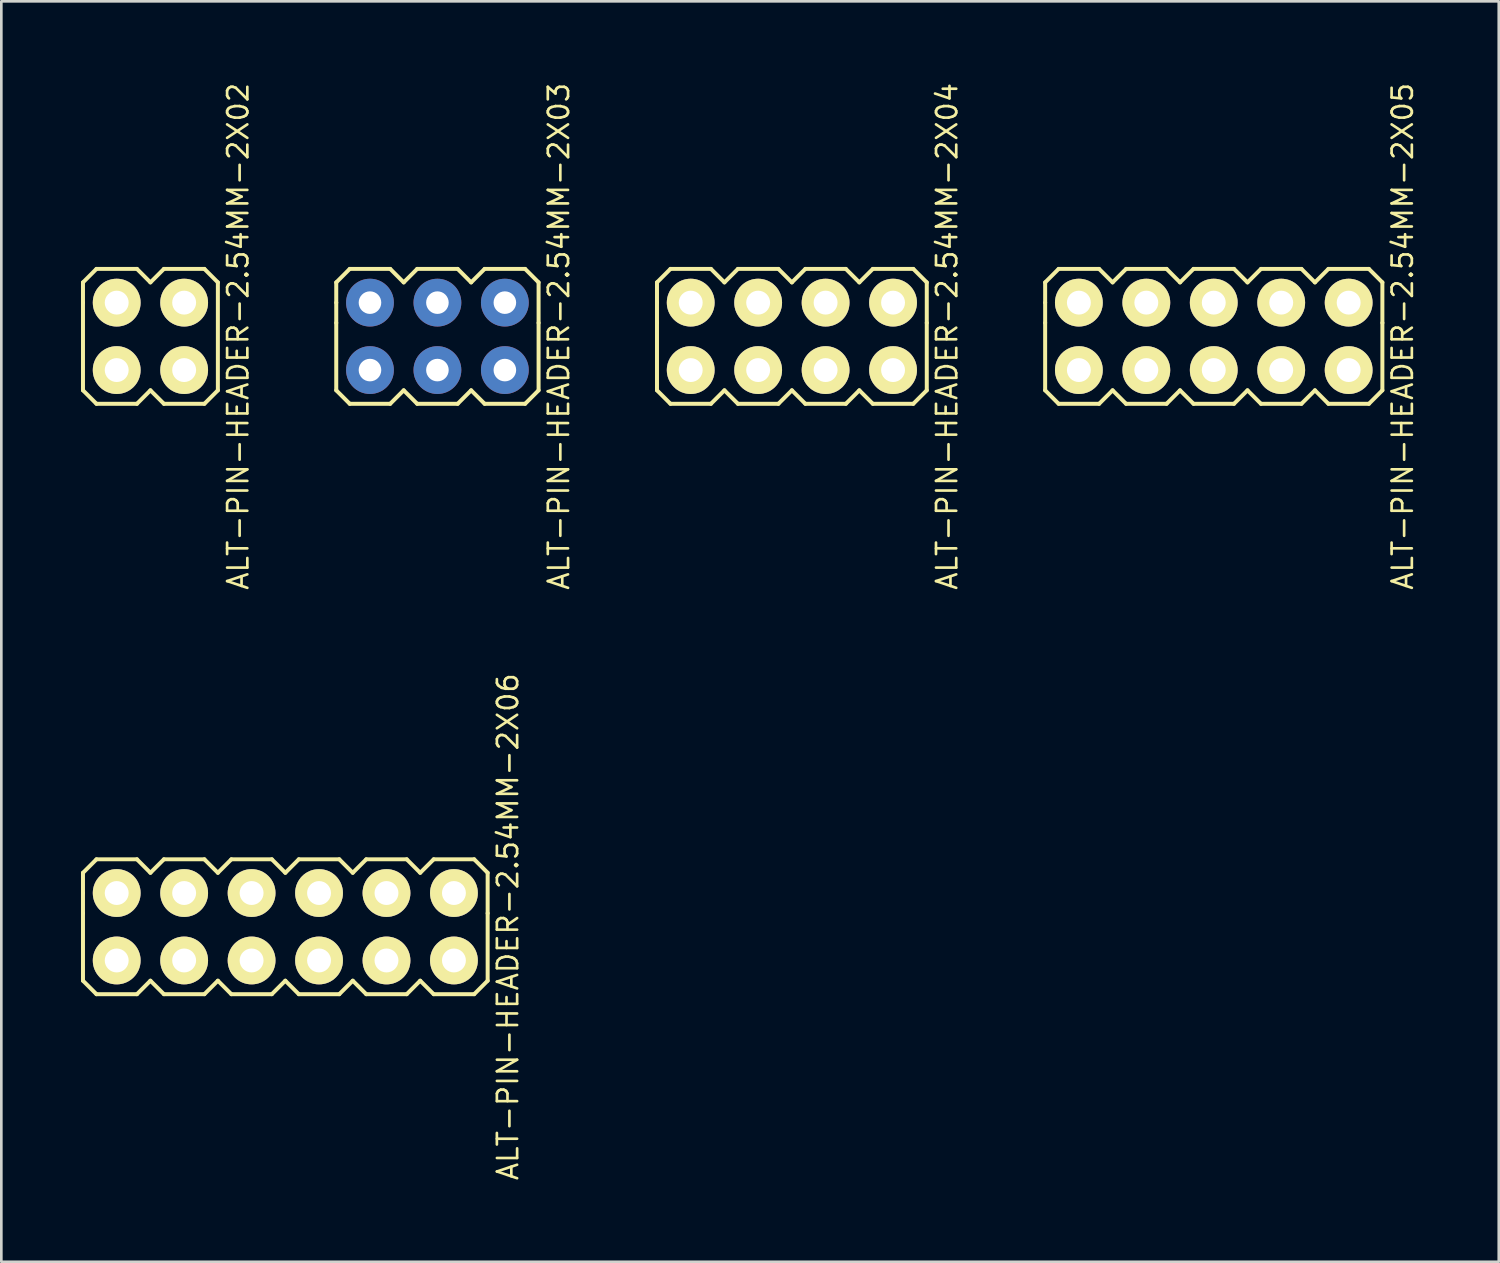
<source format=kicad_pcb>
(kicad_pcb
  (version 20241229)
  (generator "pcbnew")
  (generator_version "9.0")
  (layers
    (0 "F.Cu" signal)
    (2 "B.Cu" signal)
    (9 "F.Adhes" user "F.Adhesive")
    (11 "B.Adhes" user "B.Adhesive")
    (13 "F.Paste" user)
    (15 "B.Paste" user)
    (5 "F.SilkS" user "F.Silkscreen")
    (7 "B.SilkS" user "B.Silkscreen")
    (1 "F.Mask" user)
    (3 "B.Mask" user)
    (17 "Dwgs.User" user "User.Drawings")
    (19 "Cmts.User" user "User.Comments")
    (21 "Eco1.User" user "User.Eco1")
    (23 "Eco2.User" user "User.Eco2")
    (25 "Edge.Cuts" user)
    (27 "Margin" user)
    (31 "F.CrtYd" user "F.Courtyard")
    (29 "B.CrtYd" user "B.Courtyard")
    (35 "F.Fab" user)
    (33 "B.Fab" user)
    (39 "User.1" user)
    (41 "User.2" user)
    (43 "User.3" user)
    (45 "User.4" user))
  (footprint "ALT-PIN-HEADER-2.54MM-2X05"
    (layer "F.Cu")
    (at 42.66 9.617)
    (property "Reference" "ALT-PIN-HEADER-2.54MM-2X05" (at 7.112 0 90) (layer "F.SilkS") (effects (font (size 0.762 0.762) (thickness 0.1))))
    (attr through_hole)
    (fp_line (start -6.35 -2.032) (end -5.842 -2.54) (stroke (width 0.15) (type solid)) (layer "F.SilkS"))
    (fp_line (start -6.35 -1.27) (end -6.35 -2.032) (stroke (width 0.15) (type solid)) (layer "F.SilkS"))
    (fp_line (start -6.35 -0.508) (end -6.35 -1.27) (stroke (width 0.15) (type solid)) (layer "F.SilkS"))
    (fp_line (start -6.35 -0.508) (end -6.35 2.032) (stroke (width 0.15) (type solid)) (layer "F.SilkS"))
    (fp_line (start -6.35 2.032) (end -5.842 2.54) (stroke (width 0.15) (type solid)) (layer "F.SilkS"))
    (fp_line (start -5.842 -2.54) (end -4.318 -2.54) (stroke (width 0.15) (type solid)) (layer "F.SilkS"))
    (fp_line (start -5.842 2.54) (end -4.318 2.54) (stroke (width 0.15) (type solid)) (layer "F.SilkS"))
    (fp_line (start -4.318 -2.54) (end -3.81 -2.032) (stroke (width 0.15) (type solid)) (layer "F.SilkS"))
    (fp_line (start -4.318 2.54) (end -3.81 2.032) (stroke (width 0.15) (type solid)) (layer "F.SilkS"))
    (fp_line (start -3.81 -2.032) (end -3.302 -2.54) (stroke (width 0.15) (type solid)) (layer "F.SilkS"))
    (fp_line (start -3.81 2.032) (end -3.302 2.54) (stroke (width 0.15) (type solid)) (layer "F.SilkS"))
    (fp_line (start -3.302 -2.54) (end -1.778 -2.54) (stroke (width 0.15) (type solid)) (layer "F.SilkS"))
    (fp_line (start -3.302 2.54) (end -1.778 2.54) (stroke (width 0.15) (type solid)) (layer "F.SilkS"))
    (fp_line (start -1.778 -2.54) (end -1.27 -2.032) (stroke (width 0.15) (type solid)) (layer "F.SilkS"))
    (fp_line (start -1.778 2.54) (end -1.27 2.032) (stroke (width 0.15) (type solid)) (layer "F.SilkS"))
    (fp_line (start -1.27 -2.032) (end -0.762 -2.54) (stroke (width 0.15) (type solid)) (layer "F.SilkS"))
    (fp_line (start -1.27 2.032) (end -0.762 2.54) (stroke (width 0.15) (type solid)) (layer "F.SilkS"))
    (fp_line (start -0.762 -2.54) (end 0.762 -2.54) (stroke (width 0.15) (type solid)) (layer "F.SilkS"))
    (fp_line (start -0.762 2.54) (end 0.762 2.54) (stroke (width 0.15) (type solid)) (layer "F.SilkS"))
    (fp_line (start 0.762 -2.54) (end 1.27 -2.032) (stroke (width 0.15) (type solid)) (layer "F.SilkS"))
    (fp_line (start 0.762 2.54) (end 1.27 2.032) (stroke (width 0.15) (type solid)) (layer "F.SilkS"))
    (fp_line (start 1.27 -2.032) (end 1.778 -2.54) (stroke (width 0.15) (type solid)) (layer "F.SilkS"))
    (fp_line (start 1.27 2.032) (end 1.778 2.54) (stroke (width 0.15) (type solid)) (layer "F.SilkS"))
    (fp_line (start 1.778 -2.54) (end 3.302 -2.54) (stroke (width 0.15) (type solid)) (layer "F.SilkS"))
    (fp_line (start 1.778 2.54) (end 3.302 2.54) (stroke (width 0.15) (type solid)) (layer "F.SilkS"))
    (fp_line (start 3.302 -2.54) (end 3.81 -2.032) (stroke (width 0.15) (type solid)) (layer "F.SilkS"))
    (fp_line (start 3.302 2.54) (end 3.81 2.032) (stroke (width 0.15) (type solid)) (layer "F.SilkS"))
    (fp_line (start 3.81 -2.032) (end 4.318 -2.54) (stroke (width 0.15) (type solid)) (layer "F.SilkS"))
    (fp_line (start 3.81 2.032) (end 4.318 2.54) (stroke (width 0.15) (type solid)) (layer "F.SilkS"))
    (fp_line (start 4.318 -2.54) (end 5.842 -2.54) (stroke (width 0.15) (type solid)) (layer "F.SilkS"))
    (fp_line (start 4.318 2.54) (end 5.842 2.54) (stroke (width 0.15) (type solid)) (layer "F.SilkS"))
    (fp_line (start 5.842 -2.54) (end 6.35 -2.032) (stroke (width 0.15) (type solid)) (layer "F.SilkS"))
    (fp_line (start 5.842 2.54) (end 6.35 2.032) (stroke (width 0.15) (type solid)) (layer "F.SilkS"))
    (fp_line (start 6.35 -2.032) (end 6.35 -0.508) (stroke (width 0.15) (type solid)) (layer "F.SilkS"))
    (fp_line (start 6.35 2.032) (end 6.35 -0.508) (stroke (width 0.15) (type solid)) (layer "F.SilkS"))
    (pad "1" thru_hole circle (at -5.08 1.27) (size 1.8 1.8) (drill 0.9) (layers "*.Cu" "*.Mask" "F.SilkS"))
    (pad "2" thru_hole circle (at -5.08 -1.27) (size 1.8 1.8) (drill 0.9) (layers "*.Cu" "*.Mask" "F.SilkS"))
    (pad "3" thru_hole circle (at -2.54 1.27) (size 1.8 1.8) (drill 0.9) (layers "*.Cu" "*.Mask" "F.SilkS"))
    (pad "4" thru_hole circle (at -2.54 -1.27) (size 1.8 1.8) (drill 0.9) (layers "*.Cu" "*.Mask" "F.SilkS"))
    (pad "5" thru_hole circle (at 0 1.27) (size 1.8 1.8) (drill 0.9) (layers "*.Cu" "*.Mask" "F.SilkS"))
    (pad "6" thru_hole circle (at 0 -1.27) (size 1.8 1.8) (drill 0.9) (layers "*.Cu" "*.Mask" "F.SilkS"))
    (pad "7" thru_hole circle (at 2.54 1.27) (size 1.8 1.8) (drill 0.9) (layers "*.Cu" "*.Mask" "F.SilkS"))
    (pad "8" thru_hole circle (at 2.54 -1.27) (size 1.8 1.8) (drill 0.9) (layers "*.Cu" "*.Mask" "F.SilkS"))
    (pad "9" thru_hole circle (at 5.08 1.27) (size 1.8 1.8) (drill 0.9) (layers "*.Cu" "*.Mask" "F.SilkS"))
    (pad "10" thru_hole circle (at 5.08 -1.27) (size 1.8 1.8) (drill 0.9) (layers "*.Cu" "*.Mask" "F.SilkS")))
  (footprint "ALT-PIN-HEADER-2.54MM-2X06"
    (layer "F.Cu")
    (at 7.695 31.851)
    (property "Reference" "ALT-PIN-HEADER-2.54MM-2X06" (at 8.382 0 90) (layer "F.SilkS") (effects (font (size 0.762 0.762) (thickness 0.1))))
    (attr through_hole)
    (fp_line (start -7.62 -2.032) (end -7.112 -2.54) (stroke (width 0.15) (type solid)) (layer "F.SilkS"))
    (fp_line (start -7.62 -1.27) (end -7.62 -2.032) (stroke (width 0.15) (type solid)) (layer "F.SilkS"))
    (fp_line (start -7.62 -0.508) (end -7.62 -1.27) (stroke (width 0.15) (type solid)) (layer "F.SilkS"))
    (fp_line (start -7.62 -0.508) (end -7.62 2.032) (stroke (width 0.15) (type solid)) (layer "F.SilkS"))
    (fp_line (start -7.62 2.032) (end -7.112 2.54) (stroke (width 0.15) (type solid)) (layer "F.SilkS"))
    (fp_line (start -7.112 -2.54) (end -5.588 -2.54) (stroke (width 0.15) (type solid)) (layer "F.SilkS"))
    (fp_line (start -7.112 2.54) (end -5.588 2.54) (stroke (width 0.15) (type solid)) (layer "F.SilkS"))
    (fp_line (start -5.588 -2.54) (end -5.08 -2.032) (stroke (width 0.15) (type solid)) (layer "F.SilkS"))
    (fp_line (start -5.588 2.54) (end -5.08 2.032) (stroke (width 0.15) (type solid)) (layer "F.SilkS"))
    (fp_line (start -5.08 -2.032) (end -4.572 -2.54) (stroke (width 0.15) (type solid)) (layer "F.SilkS"))
    (fp_line (start -5.08 2.032) (end -4.572 2.54) (stroke (width 0.15) (type solid)) (layer "F.SilkS"))
    (fp_line (start -4.572 -2.54) (end -3.048 -2.54) (stroke (width 0.15) (type solid)) (layer "F.SilkS"))
    (fp_line (start -4.572 2.54) (end -3.048 2.54) (stroke (width 0.15) (type solid)) (layer "F.SilkS"))
    (fp_line (start -3.048 -2.54) (end -2.54 -2.032) (stroke (width 0.15) (type solid)) (layer "F.SilkS"))
    (fp_line (start -3.048 2.54) (end -2.54 2.032) (stroke (width 0.15) (type solid)) (layer "F.SilkS"))
    (fp_line (start -2.54 -2.032) (end -2.032 -2.54) (stroke (width 0.15) (type solid)) (layer "F.SilkS"))
    (fp_line (start -2.54 2.032) (end -2.032 2.54) (stroke (width 0.15) (type solid)) (layer "F.SilkS"))
    (fp_line (start -2.032 -2.54) (end -0.508 -2.54) (stroke (width 0.15) (type solid)) (layer "F.SilkS"))
    (fp_line (start -2.032 2.54) (end -0.508 2.54) (stroke (width 0.15) (type solid)) (layer "F.SilkS"))
    (fp_line (start -0.508 -2.54) (end 0 -2.032) (stroke (width 0.15) (type solid)) (layer "F.SilkS"))
    (fp_line (start -0.508 2.54) (end 0 2.032) (stroke (width 0.15) (type solid)) (layer "F.SilkS"))
    (fp_line (start 0 -2.032) (end 0.508 -2.54) (stroke (width 0.15) (type solid)) (layer "F.SilkS"))
    (fp_line (start 0 2.032) (end 0.508 2.54) (stroke (width 0.15) (type solid)) (layer "F.SilkS"))
    (fp_line (start 0.508 -2.54) (end 2.032 -2.54) (stroke (width 0.15) (type solid)) (layer "F.SilkS"))
    (fp_line (start 0.508 2.54) (end 2.032 2.54) (stroke (width 0.15) (type solid)) (layer "F.SilkS"))
    (fp_line (start 2.032 -2.54) (end 2.54 -2.032) (stroke (width 0.15) (type solid)) (layer "F.SilkS"))
    (fp_line (start 2.032 2.54) (end 2.54 2.032) (stroke (width 0.15) (type solid)) (layer "F.SilkS"))
    (fp_line (start 2.54 -2.032) (end 3.048 -2.54) (stroke (width 0.15) (type solid)) (layer "F.SilkS"))
    (fp_line (start 2.54 2.032) (end 3.048 2.54) (stroke (width 0.15) (type solid)) (layer "F.SilkS"))
    (fp_line (start 3.048 -2.54) (end 4.572 -2.54) (stroke (width 0.15) (type solid)) (layer "F.SilkS"))
    (fp_line (start 3.048 2.54) (end 4.572 2.54) (stroke (width 0.15) (type solid)) (layer "F.SilkS"))
    (fp_line (start 4.572 -2.54) (end 5.08 -2.032) (stroke (width 0.15) (type solid)) (layer "F.SilkS"))
    (fp_line (start 4.572 2.54) (end 5.08 2.032) (stroke (width 0.15) (type solid)) (layer "F.SilkS"))
    (fp_line (start 5.08 -2.032) (end 5.588 -2.54) (stroke (width 0.15) (type solid)) (layer "F.SilkS"))
    (fp_line (start 5.08 2.032) (end 5.588 2.54) (stroke (width 0.15) (type solid)) (layer "F.SilkS"))
    (fp_line (start 5.588 -2.54) (end 7.112 -2.54) (stroke (width 0.15) (type solid)) (layer "F.SilkS"))
    (fp_line (start 5.588 2.54) (end 7.112 2.54) (stroke (width 0.15) (type solid)) (layer "F.SilkS"))
    (fp_line (start 7.112 -2.54) (end 7.62 -2.032) (stroke (width 0.15) (type solid)) (layer "F.SilkS"))
    (fp_line (start 7.112 2.54) (end 7.62 2.032) (stroke (width 0.15) (type solid)) (layer "F.SilkS"))
    (fp_line (start 7.62 -2.032) (end 7.62 -0.508) (stroke (width 0.15) (type solid)) (layer "F.SilkS"))
    (fp_line (start 7.62 2.032) (end 7.62 -0.508) (stroke (width 0.15) (type solid)) (layer "F.SilkS"))
    (pad "1" thru_hole circle (at -6.35 1.27) (size 1.8 1.8) (drill 0.9) (layers "*.Cu" "*.Mask" "F.SilkS"))
    (pad "2" thru_hole circle (at -6.35 -1.27) (size 1.8 1.8) (drill 0.9) (layers "*.Cu" "*.Mask" "F.SilkS"))
    (pad "3" thru_hole circle (at -3.81 1.27) (size 1.8 1.8) (drill 0.9) (layers "*.Cu" "*.Mask" "F.SilkS"))
    (pad "4" thru_hole circle (at -3.81 -1.27) (size 1.8 1.8) (drill 0.9) (layers "*.Cu" "*.Mask" "F.SilkS"))
    (pad "5" thru_hole circle (at -1.27 1.27) (size 1.8 1.8) (drill 0.9) (layers "*.Cu" "*.Mask" "F.SilkS"))
    (pad "6" thru_hole circle (at -1.27 -1.27) (size 1.8 1.8) (drill 0.9) (layers "*.Cu" "*.Mask" "F.SilkS"))
    (pad "7" thru_hole circle (at 1.27 1.27) (size 1.8 1.8) (drill 0.9) (layers "*.Cu" "*.Mask" "F.SilkS"))
    (pad "8" thru_hole circle (at 1.27 -1.27) (size 1.8 1.8) (drill 0.9) (layers "*.Cu" "*.Mask" "F.SilkS"))
    (pad "9" thru_hole circle (at 3.81 1.27) (size 1.8 1.8) (drill 0.9) (layers "*.Cu" "*.Mask" "F.SilkS"))
    (pad "10" thru_hole circle (at 3.81 -1.27) (size 1.8 1.8) (drill 0.9) (layers "*.Cu" "*.Mask" "F.SilkS"))
    (pad "11" thru_hole circle (at 6.35 1.27) (size 1.8 1.8) (drill 0.9) (layers "*.Cu" "*.Mask" "F.SilkS"))
    (pad "12" thru_hole circle (at 6.35 -1.27) (size 1.8 1.8) (drill 0.9) (layers "*.Cu" "*.Mask" "F.SilkS")))
  (footprint "ALT-PIN-HEADER-2.54MM-2X03"
    (layer "F.Cu")
    (at 13.423 9.617)
    (property "Reference" "ALT-PIN-HEADER-2.54MM-2X03" (at 4.572 0 90) (layer "F.SilkS") (effects (font (size 0.762 0.762) (thickness 0.1))))
    (attr through_hole)
    (fp_line (start -3.81 -2.032) (end -3.302 -2.54) (stroke (width 0.15) (type solid)) (layer "F.SilkS"))
    (fp_line (start -3.81 -1.27) (end -3.81 -2.032) (stroke (width 0.15) (type solid)) (layer "F.SilkS"))
    (fp_line (start -3.81 -0.508) (end -3.81 -1.27) (stroke (width 0.15) (type solid)) (layer "F.SilkS"))
    (fp_line (start -3.81 -0.508) (end -3.81 2.032) (stroke (width 0.15) (type solid)) (layer "F.SilkS"))
    (fp_line (start -3.81 2.032) (end -3.302 2.54) (stroke (width 0.15) (type solid)) (layer "F.SilkS"))
    (fp_line (start -3.302 -2.54) (end -1.778 -2.54) (stroke (width 0.15) (type solid)) (layer "F.SilkS"))
    (fp_line (start -3.302 2.54) (end -1.778 2.54) (stroke (width 0.15) (type solid)) (layer "F.SilkS"))
    (fp_line (start -1.778 -2.54) (end -1.27 -2.032) (stroke (width 0.15) (type solid)) (layer "F.SilkS"))
    (fp_line (start -1.778 2.54) (end -1.27 2.032) (stroke (width 0.15) (type solid)) (layer "F.SilkS"))
    (fp_line (start -1.27 -2.032) (end -0.762 -2.54) (stroke (width 0.15) (type solid)) (layer "F.SilkS"))
    (fp_line (start -1.27 2.032) (end -0.762 2.54) (stroke (width 0.15) (type solid)) (layer "F.SilkS"))
    (fp_line (start -0.762 -2.54) (end 0.762 -2.54) (stroke (width 0.15) (type solid)) (layer "F.SilkS"))
    (fp_line (start -0.762 2.54) (end 0.762 2.54) (stroke (width 0.15) (type solid)) (layer "F.SilkS"))
    (fp_line (start 0.762 -2.54) (end 1.27 -2.032) (stroke (width 0.15) (type solid)) (layer "F.SilkS"))
    (fp_line (start 0.762 2.54) (end 1.27 2.032) (stroke (width 0.15) (type solid)) (layer "F.SilkS"))
    (fp_line (start 1.27 -2.032) (end 1.778 -2.54) (stroke (width 0.15) (type solid)) (layer "F.SilkS"))
    (fp_line (start 1.27 2.032) (end 1.778 2.54) (stroke (width 0.15) (type solid)) (layer "F.SilkS"))
    (fp_line (start 1.778 -2.54) (end 3.302 -2.54) (stroke (width 0.15) (type solid)) (layer "F.SilkS"))
    (fp_line (start 1.778 2.54) (end 3.302 2.54) (stroke (width 0.15) (type solid)) (layer "F.SilkS"))
    (fp_line (start 3.302 -2.54) (end 3.81 -2.032) (stroke (width 0.15) (type solid)) (layer "F.SilkS"))
    (fp_line (start 3.302 2.54) (end 3.81 2.032) (stroke (width 0.15) (type solid)) (layer "F.SilkS"))
    (fp_line (start 3.81 -2.032) (end 3.81 -0.508) (stroke (width 0.15) (type solid)) (layer "F.SilkS"))
    (fp_line (start 3.81 2.032) (end 3.81 -0.508) (stroke (width 0.15) (type solid)) (layer "F.SilkS"))
    (pad "1" thru_hole circle (at -2.54 1.27) (size 1.8 1.8) (drill 0.85) (layers "*.Cu" "*.Mask"))
    (pad "2" thru_hole circle (at -2.54 -1.27) (size 1.8 1.8) (drill 0.85) (layers "*.Cu" "*.Mask"))
    (pad "3" thru_hole circle (at 0 1.27) (size 1.8 1.8) (drill 0.85) (layers "*.Cu" "*.Mask"))
    (pad "4" thru_hole circle (at 0 -1.27) (size 1.8 1.8) (drill 0.85) (layers "*.Cu" "*.Mask"))
    (pad "5" thru_hole circle (at 2.54 1.27) (size 1.8 1.8) (drill 0.85) (layers "*.Cu" "*.Mask"))
    (pad "6" thru_hole circle (at 2.54 -1.27) (size 1.8 1.8) (drill 0.85) (layers "*.Cu" "*.Mask")))
  (footprint "ALT-PIN-HEADER-2.54MM-2X04"
    (layer "F.Cu")
    (at 26.772 9.617)
    (property "Reference" "ALT-PIN-HEADER-2.54MM-2X04" (at 5.842 0 90) (layer "F.SilkS") (effects (font (size 0.762 0.762) (thickness 0.1))))
    (attr through_hole)
    (fp_line (start -5.08 -2.032) (end -4.572 -2.54) (stroke (width 0.15) (type solid)) (layer "F.SilkS"))
    (fp_line (start -5.08 -1.27) (end -5.08 -2.032) (stroke (width 0.15) (type solid)) (layer "F.SilkS"))
    (fp_line (start -5.08 -0.508) (end -5.08 -1.27) (stroke (width 0.15) (type solid)) (layer "F.SilkS"))
    (fp_line (start -5.08 -0.508) (end -5.08 2.032) (stroke (width 0.15) (type solid)) (layer "F.SilkS"))
    (fp_line (start -5.08 2.032) (end -4.572 2.54) (stroke (width 0.15) (type solid)) (layer "F.SilkS"))
    (fp_line (start -4.572 -2.54) (end -3.048 -2.54) (stroke (width 0.15) (type solid)) (layer "F.SilkS"))
    (fp_line (start -4.572 2.54) (end -3.048 2.54) (stroke (width 0.15) (type solid)) (layer "F.SilkS"))
    (fp_line (start -3.048 -2.54) (end -2.54 -2.032) (stroke (width 0.15) (type solid)) (layer "F.SilkS"))
    (fp_line (start -3.048 2.54) (end -2.54 2.032) (stroke (width 0.15) (type solid)) (layer "F.SilkS"))
    (fp_line (start -2.54 -2.032) (end -2.032 -2.54) (stroke (width 0.15) (type solid)) (layer "F.SilkS"))
    (fp_line (start -2.54 2.032) (end -2.032 2.54) (stroke (width 0.15) (type solid)) (layer "F.SilkS"))
    (fp_line (start -2.032 -2.54) (end -0.508 -2.54) (stroke (width 0.15) (type solid)) (layer "F.SilkS"))
    (fp_line (start -2.032 2.54) (end -0.508 2.54) (stroke (width 0.15) (type solid)) (layer "F.SilkS"))
    (fp_line (start -0.508 -2.54) (end 0 -2.032) (stroke (width 0.15) (type solid)) (layer "F.SilkS"))
    (fp_line (start -0.508 2.54) (end 0 2.032) (stroke (width 0.15) (type solid)) (layer "F.SilkS"))
    (fp_line (start 0 -2.032) (end 0.508 -2.54) (stroke (width 0.15) (type solid)) (layer "F.SilkS"))
    (fp_line (start 0 2.032) (end 0.508 2.54) (stroke (width 0.15) (type solid)) (layer "F.SilkS"))
    (fp_line (start 0.508 -2.54) (end 2.032 -2.54) (stroke (width 0.15) (type solid)) (layer "F.SilkS"))
    (fp_line (start 0.508 2.54) (end 2.032 2.54) (stroke (width 0.15) (type solid)) (layer "F.SilkS"))
    (fp_line (start 2.032 -2.54) (end 2.54 -2.032) (stroke (width 0.15) (type solid)) (layer "F.SilkS"))
    (fp_line (start 2.032 2.54) (end 2.54 2.032) (stroke (width 0.15) (type solid)) (layer "F.SilkS"))
    (fp_line (start 2.54 -2.032) (end 3.048 -2.54) (stroke (width 0.15) (type solid)) (layer "F.SilkS"))
    (fp_line (start 2.54 2.032) (end 3.048 2.54) (stroke (width 0.15) (type solid)) (layer "F.SilkS"))
    (fp_line (start 3.048 -2.54) (end 4.572 -2.54) (stroke (width 0.15) (type solid)) (layer "F.SilkS"))
    (fp_line (start 3.048 2.54) (end 4.572 2.54) (stroke (width 0.15) (type solid)) (layer "F.SilkS"))
    (fp_line (start 4.572 -2.54) (end 5.08 -2.032) (stroke (width 0.15) (type solid)) (layer "F.SilkS"))
    (fp_line (start 4.572 2.54) (end 5.08 2.032) (stroke (width 0.15) (type solid)) (layer "F.SilkS"))
    (fp_line (start 5.08 -2.032) (end 5.08 -0.508) (stroke (width 0.15) (type solid)) (layer "F.SilkS"))
    (fp_line (start 5.08 2.032) (end 5.08 -0.508) (stroke (width 0.15) (type solid)) (layer "F.SilkS"))
    (pad "1" thru_hole circle (at -3.81 1.27) (size 1.8 1.8) (drill 0.9) (layers "*.Cu" "*.Mask" "F.SilkS"))
    (pad "2" thru_hole circle (at -3.81 -1.27) (size 1.8 1.8) (drill 0.9) (layers "*.Cu" "*.Mask" "F.SilkS"))
    (pad "3" thru_hole circle (at -1.27 1.27) (size 1.8 1.8) (drill 0.9) (layers "*.Cu" "*.Mask" "F.SilkS"))
    (pad "4" thru_hole circle (at -1.27 -1.27) (size 1.8 1.8) (drill 0.9) (layers "*.Cu" "*.Mask" "F.SilkS"))
    (pad "5" thru_hole circle (at 1.27 1.27) (size 1.8 1.8) (drill 0.9) (layers "*.Cu" "*.Mask" "F.SilkS"))
    (pad "6" thru_hole circle (at 1.27 -1.27) (size 1.8 1.8) (drill 0.9) (layers "*.Cu" "*.Mask" "F.SilkS"))
    (pad "7" thru_hole circle (at 3.81 1.27) (size 1.8 1.8) (drill 0.9) (layers "*.Cu" "*.Mask" "F.SilkS"))
    (pad "8" thru_hole circle (at 3.81 -1.27) (size 1.8 1.8) (drill 0.9) (layers "*.Cu" "*.Mask" "F.SilkS")))
  (footprint "ALT-PIN-HEADER-2.54MM-2X02"
    (layer "F.Cu")
    (at 2.615 9.617)
    (property "Reference" "ALT-PIN-HEADER-2.54MM-2X02" (at 3.302 0 90) (layer "F.SilkS") (effects (font (size 0.762 0.762) (thickness 0.1))))
    (attr through_hole)
    (fp_line (start -2.54 -2.032) (end -2.032 -2.54) (stroke (width 0.15) (type solid)) (layer "F.SilkS"))
    (fp_line (start -2.54 -1.27) (end -2.54 -2.032) (stroke (width 0.15) (type solid)) (layer "F.SilkS"))
    (fp_line (start -2.54 2.032) (end -2.54 -1.27) (stroke (width 0.15) (type solid)) (layer "F.SilkS"))
    (fp_line (start -2.032 -2.54) (end -0.508 -2.54) (stroke (width 0.15) (type solid)) (layer "F.SilkS"))
    (fp_line (start -2.032 2.54) (end -2.54 2.032) (stroke (width 0.15) (type solid)) (layer "F.SilkS"))
    (fp_line (start -0.508 -2.54) (end 0 -2.032) (stroke (width 0.15) (type solid)) (layer "F.SilkS"))
    (fp_line (start -0.508 2.54) (end -2.032 2.54) (stroke (width 0.15) (type solid)) (layer "F.SilkS"))
    (fp_line (start 0 -2.032) (end 0.508 -2.54) (stroke (width 0.15) (type solid)) (layer "F.SilkS"))
    (fp_line (start 0 2.032) (end -0.508 2.54) (stroke (width 0.15) (type solid)) (layer "F.SilkS"))
    (fp_line (start 0.508 -2.54) (end 2.032 -2.54) (stroke (width 0.15) (type solid)) (layer "F.SilkS"))
    (fp_line (start 0.508 2.54) (end 0 2.032) (stroke (width 0.15) (type solid)) (layer "F.SilkS"))
    (fp_line (start 2.032 -2.54) (end 2.54 -2.032) (stroke (width 0.15) (type solid)) (layer "F.SilkS"))
    (fp_line (start 2.032 2.54) (end 0.508 2.54) (stroke (width 0.15) (type solid)) (layer "F.SilkS"))
    (fp_line (start 2.54 -2.032) (end 2.54 2.032) (stroke (width 0.15) (type solid)) (layer "F.SilkS"))
    (fp_line (start 2.54 2.032) (end 2.032 2.54) (stroke (width 0.15) (type solid)) (layer "F.SilkS"))
    (pad "1" thru_hole circle (at -1.27 1.27) (size 1.8 1.8) (drill 0.9) (layers "*.Cu" "*.Mask" "F.SilkS"))
    (pad "2" thru_hole circle (at -1.27 -1.27) (size 1.8 1.8) (drill 0.9) (layers "*.Cu" "*.Mask" "F.SilkS"))
    (pad "3" thru_hole circle (at 1.27 1.27) (size 1.8 1.8) (drill 0.9) (layers "*.Cu" "*.Mask" "F.SilkS"))
    (pad "4" thru_hole circle (at 1.27 -1.27) (size 1.8 1.8) (drill 0.9) (layers "*.Cu" "*.Mask" "F.SilkS")))
  (gr_rect
    (start -3 -3)
    (end 53.393 44.468)
    (stroke (width 0.1) (type default))
    (fill no)
    (layer "Edge.Cuts")))
</source>
